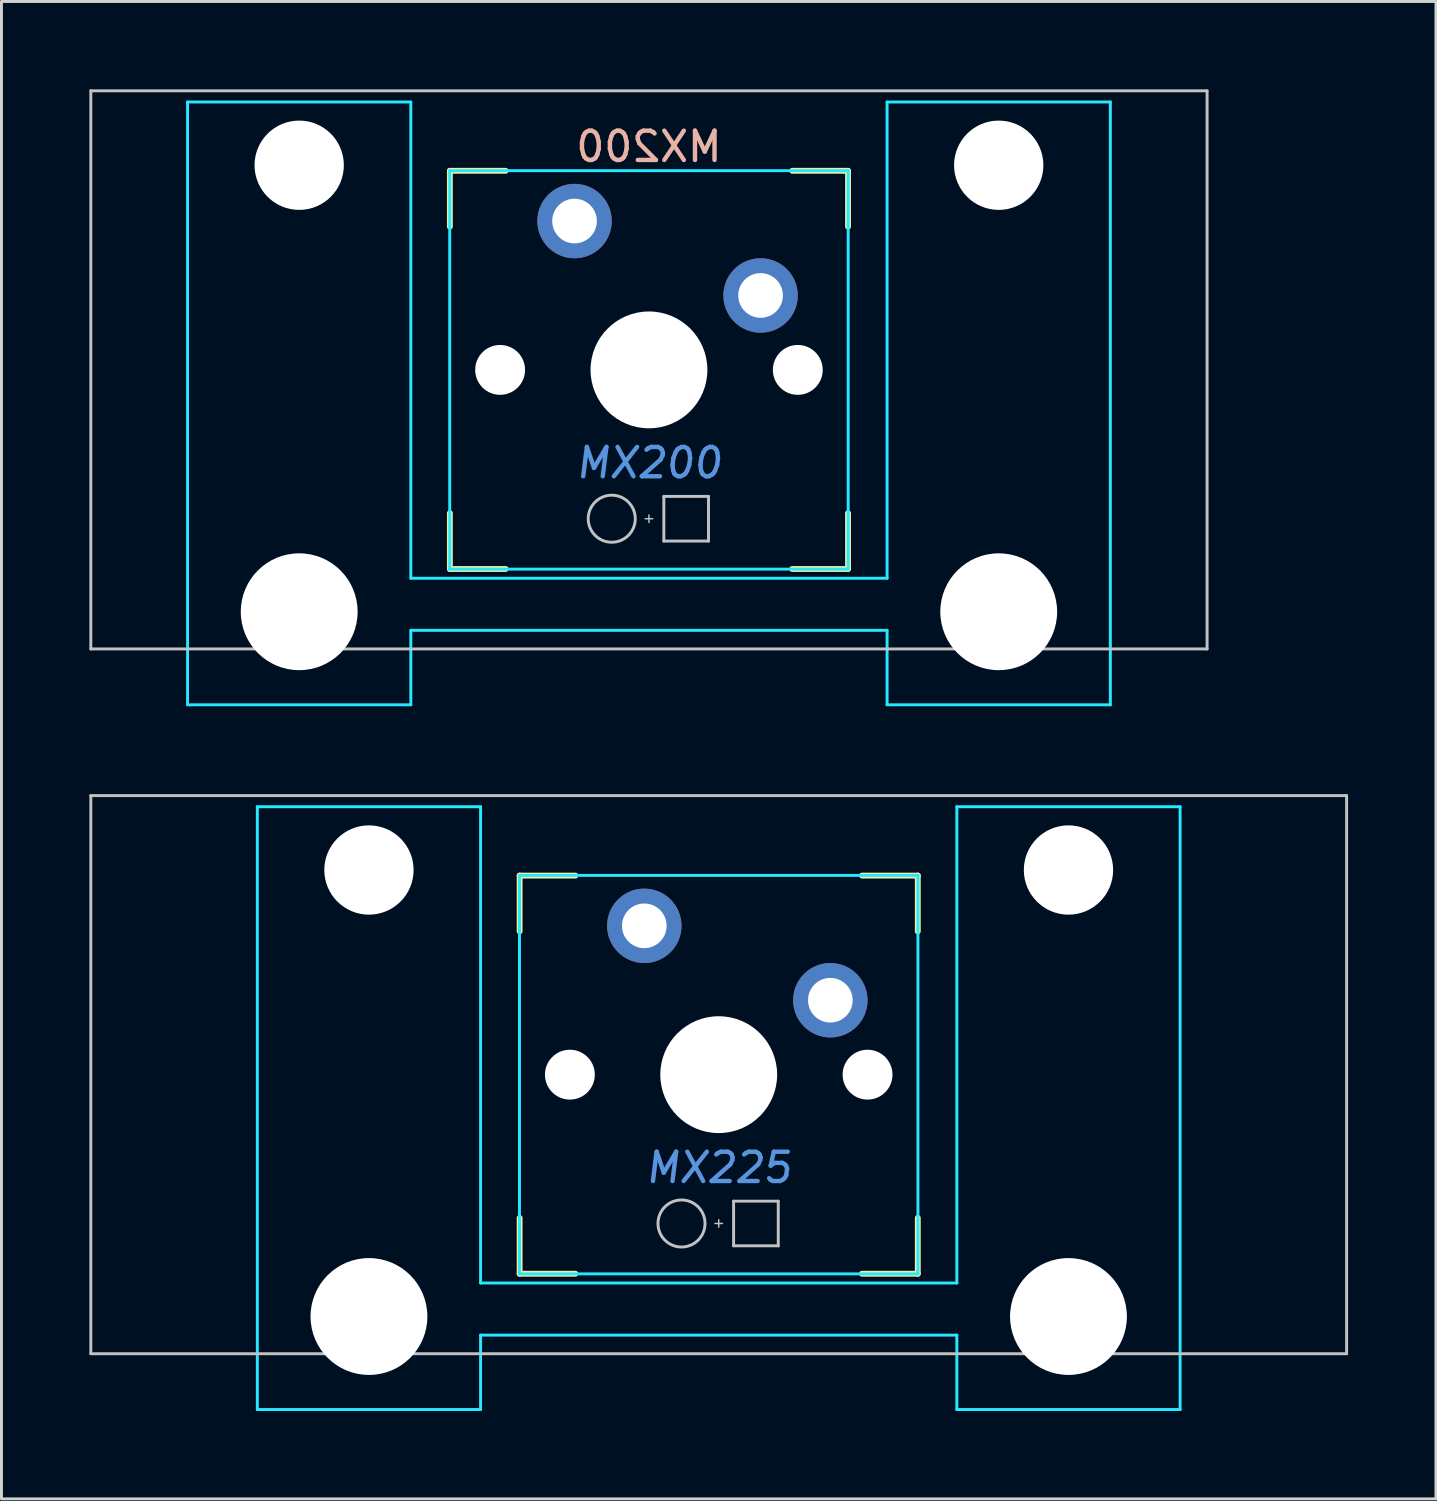
<source format=kicad_pcb>
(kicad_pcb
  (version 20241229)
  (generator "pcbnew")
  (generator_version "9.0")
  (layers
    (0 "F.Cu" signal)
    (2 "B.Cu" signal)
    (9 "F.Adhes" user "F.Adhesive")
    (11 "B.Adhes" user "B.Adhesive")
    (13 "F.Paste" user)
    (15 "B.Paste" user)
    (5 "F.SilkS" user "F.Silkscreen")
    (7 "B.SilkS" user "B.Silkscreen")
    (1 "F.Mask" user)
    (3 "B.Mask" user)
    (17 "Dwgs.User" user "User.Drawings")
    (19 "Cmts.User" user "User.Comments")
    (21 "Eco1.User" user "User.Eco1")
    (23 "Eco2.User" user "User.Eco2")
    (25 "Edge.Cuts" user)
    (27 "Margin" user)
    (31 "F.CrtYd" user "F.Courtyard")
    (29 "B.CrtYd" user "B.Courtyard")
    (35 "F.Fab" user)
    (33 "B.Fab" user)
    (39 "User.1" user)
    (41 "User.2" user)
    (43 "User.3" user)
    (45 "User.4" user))
  (footprint "MX225"
    (layer "F.Cu")
    (at 21.481 33.63)
    (property "Reference" "MX225" (at 0 3.175 0) (layer "Cmts.User") (effects (font (size 1 1) (thickness 0.15) (italic yes))))
    (attr through_hole)
    (fp_line (start -6.795 -4.889) (end -6.795 -6.795) (stroke (width 0.2) (type solid)) (layer "F.SilkS"))
    (fp_line (start -6.795 4.889) (end -6.795 6.795) (stroke (width 0.2) (type solid)) (layer "F.SilkS"))
    (fp_line (start -4.889 -6.795) (end -6.795 -6.795) (stroke (width 0.2) (type solid)) (layer "F.SilkS"))
    (fp_line (start -4.889 6.795) (end -6.795 6.795) (stroke (width 0.2) (type solid)) (layer "F.SilkS"))
    (fp_line (start 4.889 -6.795) (end 6.795 -6.795) (stroke (width 0.2) (type solid)) (layer "F.SilkS"))
    (fp_line (start 4.889 6.795) (end 6.795 6.795) (stroke (width 0.2) (type solid)) (layer "F.SilkS"))
    (fp_line (start 6.795 -4.889) (end 6.795 -6.795) (stroke (width 0.2) (type solid)) (layer "F.SilkS"))
    (fp_line (start 6.795 4.889) (end 6.795 6.795) (stroke (width 0.2) (type solid)) (layer "F.SilkS"))
    (fp_line (start -21.431 -9.525) (end -21.431 9.525) (stroke (width 0.1) (type solid)) (layer "Dwgs.User"))
    (fp_line (start -21.431 -9.525) (end 21.431 -9.525) (stroke (width 0.1) (type solid)) (layer "Dwgs.User"))
    (fp_line (start -21.431 9.525) (end 21.431 9.525) (stroke (width 0.1) (type solid)) (layer "Dwgs.User"))
    (fp_line (start -0.127 5.08) (end 0.127 5.08) (stroke (width 0.05) (type solid)) (layer "Dwgs.User"))
    (fp_line (start 0 5.207) (end 0 4.953) (stroke (width 0.05) (type solid)) (layer "Dwgs.User"))
    (fp_line (start 0.508 4.318) (end 0.508 5.842) (stroke (width 0.1) (type solid)) (layer "Dwgs.User"))
    (fp_line (start 0.508 4.318) (end 2.032 4.318) (stroke (width 0.1) (type solid)) (layer "Dwgs.User"))
    (fp_line (start 0.508 5.842) (end 2.032 5.842) (stroke (width 0.1) (type solid)) (layer "Dwgs.User"))
    (fp_line (start 2.032 5.842) (end 2.032 4.318) (stroke (width 0.1) (type solid)) (layer "Dwgs.User"))
    (fp_line (start 21.431 -9.525) (end 21.431 9.525) (stroke (width 0.1) (type solid)) (layer "Dwgs.User"))
    (fp_circle (center -1.27 5.08) (end -0.467 5.08) (stroke (width 0.1) (type solid)) (fill no) (layer "Dwgs.User"))
    (fp_line (start -15.748 -9.144) (end -8.128 -9.144) (stroke (width 0.1) (type solid)) (layer "B.CrtYd"))
    (fp_line (start -15.748 11.43) (end -15.748 -9.144) (stroke (width 0.1) (type solid)) (layer "B.CrtYd"))
    (fp_line (start -8.128 -9.144) (end -8.128 7.112) (stroke (width 0.1) (type solid)) (layer "B.CrtYd"))
    (fp_line (start -8.128 7.112) (end 8.128 7.112) (stroke (width 0.1) (type solid)) (layer "B.CrtYd"))
    (fp_line (start -8.128 8.89) (end 8.128 8.89) (stroke (width 0.1) (type solid)) (layer "B.CrtYd"))
    (fp_line (start -8.128 11.43) (end -15.748 11.43) (stroke (width 0.1) (type solid)) (layer "B.CrtYd"))
    (fp_line (start -8.128 11.43) (end -8.128 8.89) (stroke (width 0.1) (type solid)) (layer "B.CrtYd"))
    (fp_line (start -6.8 6.8) (end -6.8 -6.8) (stroke (width 0.1) (type solid)) (layer "B.CrtYd"))
    (fp_line (start 6.8 -6.8) (end -6.8 -6.8) (stroke (width 0.1) (type solid)) (layer "B.CrtYd"))
    (fp_line (start 6.8 6.8) (end -6.8 6.8) (stroke (width 0.1) (type solid)) (layer "B.CrtYd"))
    (fp_line (start 6.8 6.8) (end 6.8 -6.8) (stroke (width 0.1) (type solid)) (layer "B.CrtYd"))
    (fp_line (start 8.128 -9.144) (end 8.128 7.112) (stroke (width 0.1) (type solid)) (layer "B.CrtYd"))
    (fp_line (start 8.128 -9.144) (end 15.748 -9.144) (stroke (width 0.1) (type solid)) (layer "B.CrtYd"))
    (fp_line (start 8.128 11.43) (end 8.128 8.89) (stroke (width 0.1) (type solid)) (layer "B.CrtYd"))
    (fp_line (start 15.748 -9.144) (end 15.748 11.43) (stroke (width 0.1) (type solid)) (layer "B.CrtYd"))
    (fp_line (start 15.748 11.43) (end 8.128 11.43) (stroke (width 0.1) (type solid)) (layer "B.CrtYd"))
    (pad "" np_thru_hole circle (at -11.938 -6.985) (size 3.048 3.048) (drill 3.048) (layers "*.Cu" "*.Mask"))
    (pad "" np_thru_hole circle (at -11.938 8.255) (size 3.988 3.988) (drill 3.988) (layers "*.Cu" "*.Mask"))
    (pad "" np_thru_hole circle (at -5.08 0) (size 1.702 1.702) (drill 1.702) (layers "*.Cu" "*.Mask"))
    (pad "" np_thru_hole circle (at 0 0) (size 3.988 3.988) (drill 3.988) (layers "*.Cu" "*.Mask"))
    (pad "" np_thru_hole circle (at 5.08 0) (size 1.702 1.702) (drill 1.702) (layers "*.Cu" "*.Mask"))
    (pad "" np_thru_hole circle (at 11.938 -6.985) (size 3.048 3.048) (drill 3.048) (layers "*.Cu" "*.Mask"))
    (pad "" np_thru_hole circle (at 11.938 8.255) (size 3.988 3.988) (drill 3.988) (layers "*.Cu" "*.Mask"))
    (pad "1" thru_hole circle (at -2.54 -5.08) (size 2.54 2.54) (drill 1.524) (layers "*.Cu" "*.Mask"))
    (pad "2" thru_hole circle (at 3.81 -2.54) (size 2.54 2.54) (drill 1.524) (layers "*.Cu" "*.Mask")))
  (footprint "MX200"
    (layer "F.Cu")
    (at 19.1 9.575)
    (property "Reference" "MX200" (at 0 3.175 0) (layer "Cmts.User") (effects (font (size 1 1) (thickness 0.15) (italic yes))))
    (property "Value" "MX200" (at 0 8.7 0) (layer "Cmts.User") (hide yes) (effects (font (size 1 1) (thickness 0.15))))
    (attr through_hole)
    (fp_line (start -6.795 -4.889) (end -6.795 -6.795) (stroke (width 0.2) (type solid)) (layer "F.SilkS"))
    (fp_line (start -6.795 4.889) (end -6.795 6.795) (stroke (width 0.2) (type solid)) (layer "F.SilkS"))
    (fp_line (start -4.889 -6.795) (end -6.795 -6.795) (stroke (width 0.2) (type solid)) (layer "F.SilkS"))
    (fp_line (start -4.889 6.795) (end -6.795 6.795) (stroke (width 0.2) (type solid)) (layer "F.SilkS"))
    (fp_line (start 4.889 -6.795) (end 6.795 -6.795) (stroke (width 0.2) (type solid)) (layer "F.SilkS"))
    (fp_line (start 4.889 6.795) (end 6.795 6.795) (stroke (width 0.2) (type solid)) (layer "F.SilkS"))
    (fp_line (start 6.795 -4.889) (end 6.795 -6.795) (stroke (width 0.2) (type solid)) (layer "F.SilkS"))
    (fp_line (start 6.795 4.889) (end 6.795 6.795) (stroke (width 0.2) (type solid)) (layer "F.SilkS"))
    (fp_line (start -19.05 -9.525) (end -19.05 9.525) (stroke (width 0.1) (type solid)) (layer "Dwgs.User"))
    (fp_line (start -19.05 -9.525) (end 19.05 -9.525) (stroke (width 0.1) (type solid)) (layer "Dwgs.User"))
    (fp_line (start -19.05 9.525) (end 19.05 9.525) (stroke (width 0.1) (type solid)) (layer "Dwgs.User"))
    (fp_line (start -0.127 5.08) (end 0.127 5.08) (stroke (width 0.05) (type solid)) (layer "Dwgs.User"))
    (fp_line (start 0 5.207) (end 0 4.953) (stroke (width 0.05) (type solid)) (layer "Dwgs.User"))
    (fp_line (start 0.508 4.318) (end 0.508 5.842) (stroke (width 0.1) (type solid)) (layer "Dwgs.User"))
    (fp_line (start 0.508 4.318) (end 2.032 4.318) (stroke (width 0.1) (type solid)) (layer "Dwgs.User"))
    (fp_line (start 0.508 5.842) (end 2.032 5.842) (stroke (width 0.1) (type solid)) (layer "Dwgs.User"))
    (fp_line (start 2.032 5.842) (end 2.032 4.318) (stroke (width 0.1) (type solid)) (layer "Dwgs.User"))
    (fp_line (start 19.05 -9.525) (end 19.05 9.525) (stroke (width 0.1) (type solid)) (layer "Dwgs.User"))
    (fp_circle (center -1.27 5.08) (end -0.467 5.08) (stroke (width 0.1) (type solid)) (fill no) (layer "Dwgs.User"))
    (fp_line (start -15.748 -9.144) (end -8.128 -9.144) (stroke (width 0.1) (type solid)) (layer "B.CrtYd"))
    (fp_line (start -15.748 11.43) (end -15.748 -9.144) (stroke (width 0.1) (type solid)) (layer "B.CrtYd"))
    (fp_line (start -8.128 -9.144) (end -8.128 7.112) (stroke (width 0.1) (type solid)) (layer "B.CrtYd"))
    (fp_line (start -8.128 7.112) (end 8.128 7.112) (stroke (width 0.1) (type solid)) (layer "B.CrtYd"))
    (fp_line (start -8.128 8.89) (end 8.128 8.89) (stroke (width 0.1) (type solid)) (layer "B.CrtYd"))
    (fp_line (start -8.128 11.43) (end -15.748 11.43) (stroke (width 0.1) (type solid)) (layer "B.CrtYd"))
    (fp_line (start -8.128 11.43) (end -8.128 8.89) (stroke (width 0.1) (type solid)) (layer "B.CrtYd"))
    (fp_line (start -6.8 6.8) (end -6.8 -6.8) (stroke (width 0.1) (type solid)) (layer "B.CrtYd"))
    (fp_line (start 6.8 -6.8) (end -6.8 -6.8) (stroke (width 0.1) (type solid)) (layer "B.CrtYd"))
    (fp_line (start 6.8 6.8) (end -6.8 6.8) (stroke (width 0.1) (type solid)) (layer "B.CrtYd"))
    (fp_line (start 6.8 6.8) (end 6.8 -6.8) (stroke (width 0.1) (type solid)) (layer "B.CrtYd"))
    (fp_line (start 8.128 -9.144) (end 8.128 7.112) (stroke (width 0.1) (type solid)) (layer "B.CrtYd"))
    (fp_line (start 8.128 -9.144) (end 15.748 -9.144) (stroke (width 0.1) (type solid)) (layer "B.CrtYd"))
    (fp_line (start 8.128 11.43) (end 8.128 8.89) (stroke (width 0.1) (type solid)) (layer "B.CrtYd"))
    (fp_line (start 15.748 -9.144) (end 15.748 11.43) (stroke (width 0.1) (type solid)) (layer "B.CrtYd"))
    (fp_line (start 15.748 11.43) (end 8.128 11.43) (stroke (width 0.1) (type solid)) (layer "B.CrtYd"))
    (fp_text user "${VALUE}" (at 0 -7.62 0) (layer "B.SilkS") (effects (font (size 1 1) (thickness 0.15)) (justify mirror)))
    (pad "" np_thru_hole circle (at -11.938 -6.985) (size 3.048 3.048) (drill 3.048) (layers "*.Cu" "*.Mask"))
    (pad "" np_thru_hole circle (at -11.938 8.255) (size 3.988 3.988) (drill 3.988) (layers "*.Cu" "*.Mask"))
    (pad "" np_thru_hole circle (at -5.08 0) (size 1.702 1.702) (drill 1.702) (layers "*.Cu" "*.Mask"))
    (pad "" np_thru_hole circle (at 0 0) (size 3.988 3.988) (drill 3.988) (layers "*.Cu" "*.Mask"))
    (pad "" np_thru_hole circle (at 5.08 0) (size 1.702 1.702) (drill 1.702) (layers "*.Cu" "*.Mask"))
    (pad "" np_thru_hole circle (at 11.938 -6.985) (size 3.048 3.048) (drill 3.048) (layers "*.Cu" "*.Mask"))
    (pad "" np_thru_hole circle (at 11.938 8.255) (size 3.988 3.988) (drill 3.988) (layers "*.Cu" "*.Mask"))
    (pad "1" thru_hole circle (at -2.54 -5.08) (size 2.54 2.54) (drill 1.524) (layers "*.Cu" "*.Mask"))
    (pad "2" thru_hole circle (at 3.81 -2.54) (size 2.54 2.54) (drill 1.524) (layers "*.Cu" "*.Mask")))
  (gr_rect
    (start -3 -3)
    (end 45.962 48.11)
    (stroke (width 0.1) (type default))
    (fill no)
    (layer "Edge.Cuts")))
</source>
